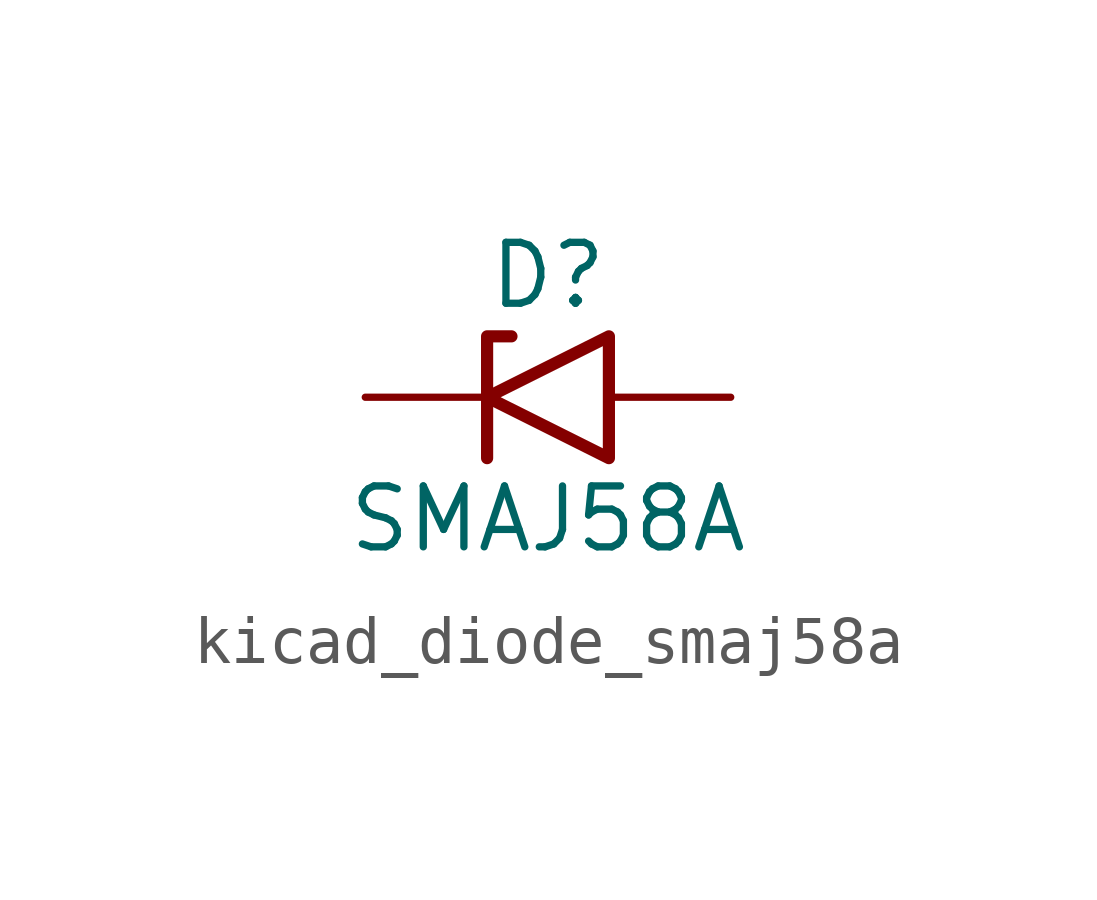
<source format=kicad_sym>
(kicad_symbol_lib
  (version 20220914)
  (generator kicad_symbol_editor)
  (symbol "kicad_diode_smaj58a"
    (pin_numbers hide)
    (pin_names
      (offset 1.016) hide)
    (property "Reference" "D"
      (at 0 2.54 0)
      (effects (font (size 1.27 1.27))))
    (property "Value" "SMAJ58A"
      (at 0 -2.54 0)
      (effects (font (size 1.27 1.27))))
    (symbol "kicad_diode_smaj58a_0_1"
      (polyline (pts (xy -0.762 1.27) (xy -1.27 1.27) (xy -1.27 -1.27)) (stroke (width 0.254) (type default)) (fill (type none)))
      (polyline (pts (xy 1.27 1.27) (xy 1.27 -1.27) (xy -1.27 0) (xy 1.27 1.27)) (stroke (width 0.254) (type default)) (fill (type none))))
    (symbol "kicad_diode_smaj58a_1_1"
      (pin passive line (at -3.81 0 0) (length 2.54) (name "A1" (effects (font (size 1.27 1.27)))) (number "1" (effects (font (size 1.27 1.27)))))
      (pin passive line (at 3.81 0 180) (length 2.54) (name "A2" (effects (font (size 1.27 1.27)))) (number "2" (effects (font (size 1.27 1.27))))))))
</source>
